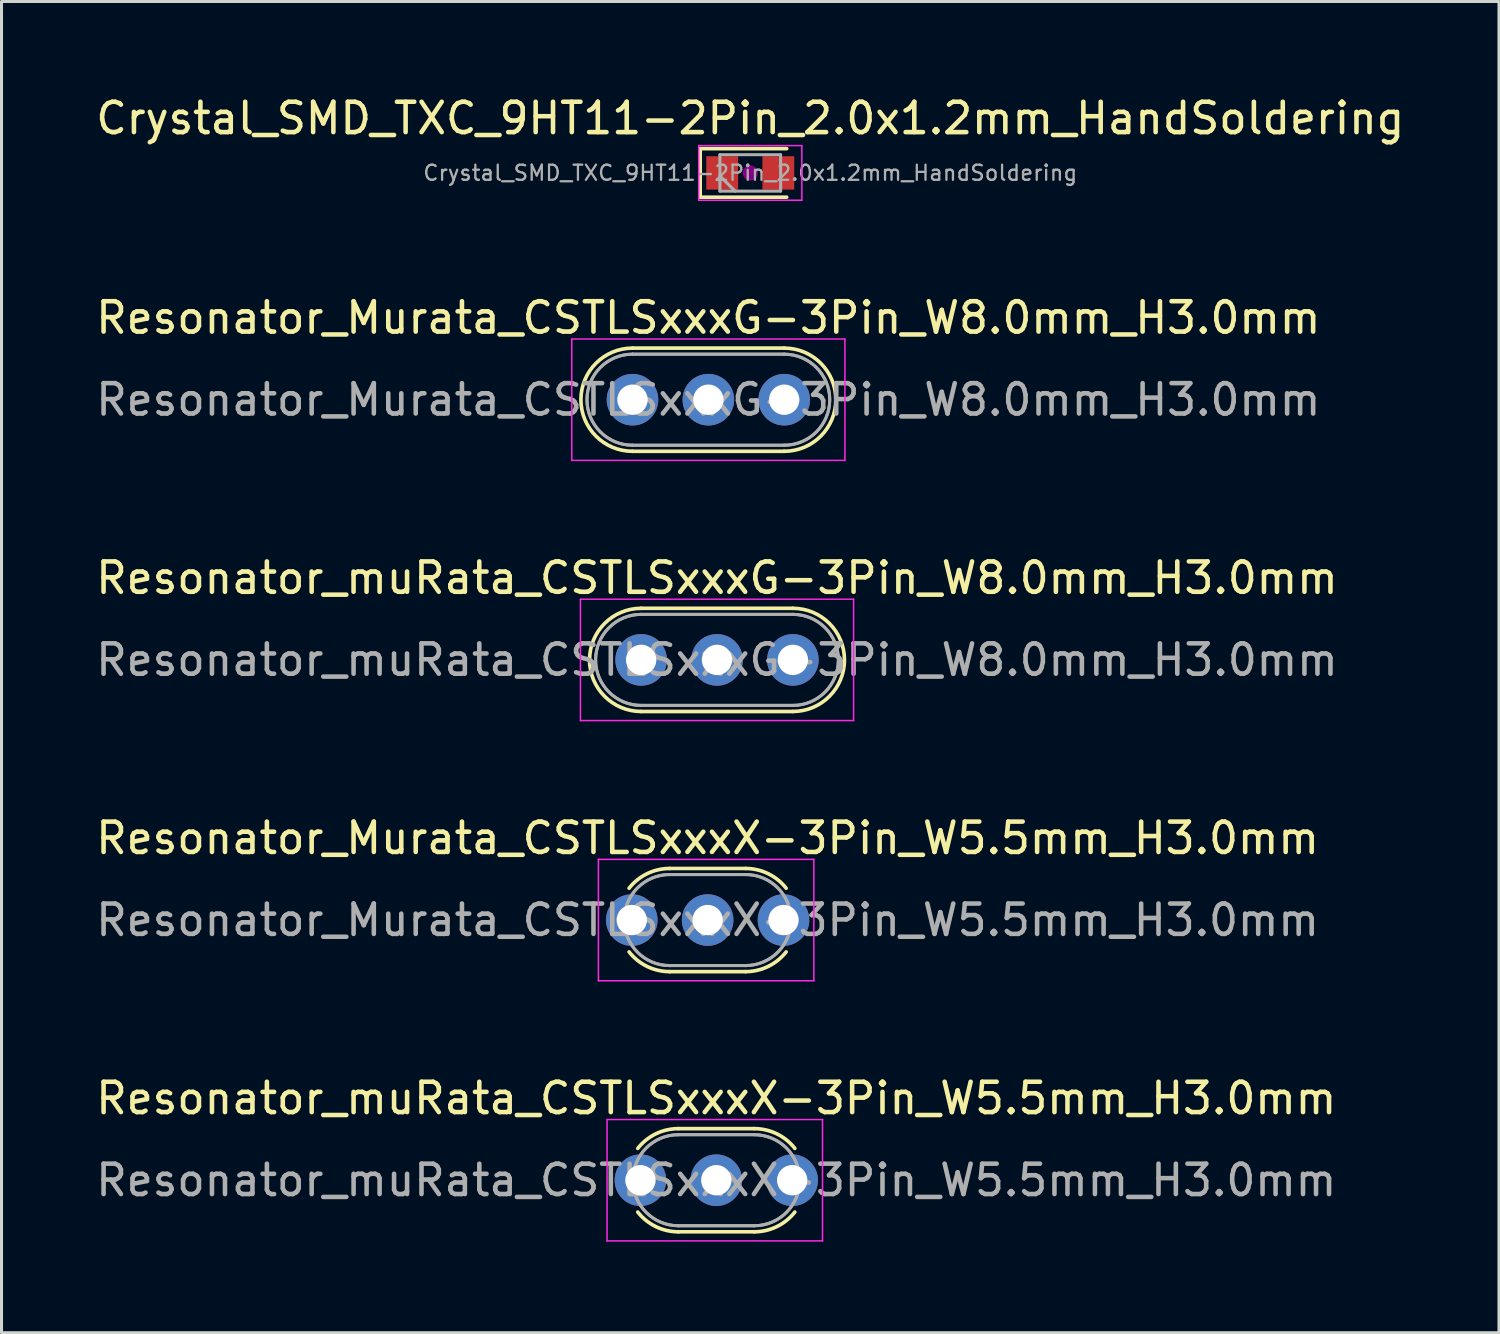
<source format=kicad_pcb>
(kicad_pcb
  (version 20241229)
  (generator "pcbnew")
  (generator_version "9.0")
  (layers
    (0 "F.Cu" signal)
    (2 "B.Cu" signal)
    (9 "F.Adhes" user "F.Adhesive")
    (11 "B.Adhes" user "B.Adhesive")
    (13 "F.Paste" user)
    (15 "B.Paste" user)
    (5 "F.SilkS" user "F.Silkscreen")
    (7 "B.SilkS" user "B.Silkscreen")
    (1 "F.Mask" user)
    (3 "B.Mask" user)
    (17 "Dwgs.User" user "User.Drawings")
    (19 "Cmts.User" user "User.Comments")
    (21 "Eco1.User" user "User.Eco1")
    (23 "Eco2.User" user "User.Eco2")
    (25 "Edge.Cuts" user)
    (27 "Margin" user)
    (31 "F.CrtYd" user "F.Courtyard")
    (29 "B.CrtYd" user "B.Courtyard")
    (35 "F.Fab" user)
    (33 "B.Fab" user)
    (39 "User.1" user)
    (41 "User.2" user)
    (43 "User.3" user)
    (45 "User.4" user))
  (footprint "Resonator_Murata_CSTLSxxxX-3Pin_W5.5mm_H3.0mm"
    (layer "F.Cu")
    (at 17.768 27.268)
    (property "Reference" "Resonator_Murata_CSTLSxxxX-3Pin_W5.5mm_H3.0mm" (at 2.5 -2.7 0) (layer "F.SilkS") (effects (font (size 1 1) (thickness 0.15))))
    (attr through_hole)
    (fp_line (start 1.25 -1.7) (end 3.75 -1.7) (stroke (width 0.12) (type solid)) (layer "F.SilkS"))
    (fp_line (start 1.25 1.7) (end 3.75 1.7) (stroke (width 0.12) (type solid)) (layer "F.SilkS"))
    (fp_arc (start -0.08779 -1.048961) (mid 0.506102 -1.5286) (end 1.25 -1.7) (stroke (width 0.12) (type solid)) (layer "F.SilkS"))
    (fp_arc (start 1.25 1.7) (mid 0.506103 1.5286) (end -0.08779 1.048961) (stroke (width 0.12) (type solid)) (layer "F.SilkS"))
    (fp_arc (start 3.75 -1.7) (mid 4.493897 -1.5286) (end 5.08779 -1.048961) (stroke (width 0.12) (type solid)) (layer "F.SilkS"))
    (fp_arc (start 5.08779 1.048961) (mid 4.493898 1.5286) (end 3.75 1.7) (stroke (width 0.12) (type solid)) (layer "F.SilkS"))
    (fp_line (start -1.1 -2) (end -1.1 2) (stroke (width 0.05) (type solid)) (layer "F.CrtYd"))
    (fp_line (start -1.1 2) (end 6 2) (stroke (width 0.05) (type solid)) (layer "F.CrtYd"))
    (fp_line (start 6 -2) (end -1.1 -2) (stroke (width 0.05) (type solid)) (layer "F.CrtYd"))
    (fp_line (start 6 2) (end 6 -2) (stroke (width 0.05) (type solid)) (layer "F.CrtYd"))
    (fp_line (start 1.25 -1.5) (end 3.75 -1.5) (stroke (width 0.1) (type solid)) (layer "F.Fab"))
    (fp_line (start 1.25 -1.5) (end 3.75 -1.5) (stroke (width 0.1) (type solid)) (layer "F.Fab"))
    (fp_line (start 1.25 1.5) (end 3.75 1.5) (stroke (width 0.1) (type solid)) (layer "F.Fab"))
    (fp_line (start 1.25 1.5) (end 3.75 1.5) (stroke (width 0.1) (type solid)) (layer "F.Fab"))
    (fp_arc (start 1.25 1.5) (mid -0.25 0) (end 1.25 -1.5) (stroke (width 0.1) (type solid)) (layer "F.Fab"))
    (fp_arc (start 1.25 1.5) (mid -0.25 0) (end 1.25 -1.5) (stroke (width 0.1) (type solid)) (layer "F.Fab"))
    (fp_arc (start 3.75 -1.5) (mid 5.25 0) (end 3.75 1.5) (stroke (width 0.1) (type solid)) (layer "F.Fab"))
    (fp_arc (start 3.75 -1.5) (mid 5.25 0) (end 3.75 1.5) (stroke (width 0.1) (type solid)) (layer "F.Fab"))
    (fp_text user "${REFERENCE}" (at 2.5 0 0) (layer "F.Fab") (effects (font (size 1 1) (thickness 0.15))))
    (pad "1" thru_hole circle (at 0 0) (size 1.7 1.7) (drill 1) (layers "*.Cu" "*.Mask"))
    (pad "2" thru_hole circle (at 2.5 0) (size 1.7 1.7) (drill 1) (layers "*.Cu" "*.Mask"))
    (pad "3" thru_hole circle (at 5 0) (size 1.7 1.7) (drill 1) (layers "*.Cu" "*.Mask")))
  (footprint "Resonator_muRata_CSTLSxxxG-3Pin_W8.0mm_H3.0mm"
    (layer "F.Cu")
    (at 18.077 18.695)
    (property "Reference" "Resonator_muRata_CSTLSxxxG-3Pin_W8.0mm_H3.0mm" (at 2.5 -2.7 0) (layer "F.SilkS") (effects (font (size 1 1) (thickness 0.15))))
    (attr through_hole)
    (fp_line (start 0 -1.7) (end 5 -1.7) (stroke (width 0.12) (type solid)) (layer "F.SilkS"))
    (fp_line (start 0 1.7) (end 5 1.7) (stroke (width 0.12) (type solid)) (layer "F.SilkS"))
    (fp_arc (start 0 1.7) (mid -1.7 0) (end 0 -1.7) (stroke (width 0.12) (type solid)) (layer "F.SilkS"))
    (fp_arc (start 5 -1.7) (mid 6.7 0) (end 5 1.7) (stroke (width 0.12) (type solid)) (layer "F.SilkS"))
    (fp_line (start -2 -2) (end -2 2) (stroke (width 0.05) (type solid)) (layer "F.CrtYd"))
    (fp_line (start -2 2) (end 7 2) (stroke (width 0.05) (type solid)) (layer "F.CrtYd"))
    (fp_line (start 7 -2) (end -2 -2) (stroke (width 0.05) (type solid)) (layer "F.CrtYd"))
    (fp_line (start 7 2) (end 7 -2) (stroke (width 0.05) (type solid)) (layer "F.CrtYd"))
    (fp_line (start 0 -1.5) (end 5 -1.5) (stroke (width 0.1) (type solid)) (layer "F.Fab"))
    (fp_line (start 0 -1.5) (end 5 -1.5) (stroke (width 0.1) (type solid)) (layer "F.Fab"))
    (fp_line (start 0 1.5) (end 5 1.5) (stroke (width 0.1) (type solid)) (layer "F.Fab"))
    (fp_line (start 0 1.5) (end 5 1.5) (stroke (width 0.1) (type solid)) (layer "F.Fab"))
    (fp_arc (start 0 1.5) (mid -1.5 0) (end 0 -1.5) (stroke (width 0.1) (type solid)) (layer "F.Fab"))
    (fp_arc (start 0 1.5) (mid -1.5 0) (end 0 -1.5) (stroke (width 0.1) (type solid)) (layer "F.Fab"))
    (fp_arc (start 5 -1.5) (mid 6.5 0) (end 5 1.5) (stroke (width 0.1) (type solid)) (layer "F.Fab"))
    (fp_arc (start 5 -1.5) (mid 6.5 0) (end 5 1.5) (stroke (width 0.1) (type solid)) (layer "F.Fab"))
    (fp_text user "${REFERENCE}" (at 2.5 0 0) (layer "F.Fab") (effects (font (size 1 1) (thickness 0.15))))
    (pad "1" thru_hole circle (at 0 0) (size 1.7 1.7) (drill 1) (layers "*.Cu" "*.Mask"))
    (pad "2" thru_hole circle (at 2.5 0) (size 1.7 1.7) (drill 1) (layers "*.Cu" "*.Mask"))
    (pad "3" thru_hole circle (at 5 0) (size 1.7 1.7) (drill 1) (layers "*.Cu" "*.Mask")))
  (footprint "Resonator_Murata_CSTLSxxxG-3Pin_W8.0mm_H3.0mm"
    (layer "F.Cu")
    (at 17.792 10.121)
    (property "Reference" "Resonator_Murata_CSTLSxxxG-3Pin_W8.0mm_H3.0mm" (at 2.5 -2.7 0) (layer "F.SilkS") (effects (font (size 1 1) (thickness 0.15))))
    (attr through_hole)
    (fp_line (start 0 -1.7) (end 5 -1.7) (stroke (width 0.12) (type solid)) (layer "F.SilkS"))
    (fp_line (start 0 1.7) (end 5 1.7) (stroke (width 0.12) (type solid)) (layer "F.SilkS"))
    (fp_arc (start 0 1.7) (mid -1.7 0) (end 0 -1.7) (stroke (width 0.12) (type solid)) (layer "F.SilkS"))
    (fp_arc (start 5 -1.7) (mid 6.7 0) (end 5 1.7) (stroke (width 0.12) (type solid)) (layer "F.SilkS"))
    (fp_line (start -2 -2) (end -2 2) (stroke (width 0.05) (type solid)) (layer "F.CrtYd"))
    (fp_line (start -2 2) (end 7 2) (stroke (width 0.05) (type solid)) (layer "F.CrtYd"))
    (fp_line (start 7 -2) (end -2 -2) (stroke (width 0.05) (type solid)) (layer "F.CrtYd"))
    (fp_line (start 7 2) (end 7 -2) (stroke (width 0.05) (type solid)) (layer "F.CrtYd"))
    (fp_line (start 0 -1.5) (end 5 -1.5) (stroke (width 0.1) (type solid)) (layer "F.Fab"))
    (fp_line (start 0 -1.5) (end 5 -1.5) (stroke (width 0.1) (type solid)) (layer "F.Fab"))
    (fp_line (start 0 1.5) (end 5 1.5) (stroke (width 0.1) (type solid)) (layer "F.Fab"))
    (fp_line (start 0 1.5) (end 5 1.5) (stroke (width 0.1) (type solid)) (layer "F.Fab"))
    (fp_arc (start 0 1.5) (mid -1.5 0) (end 0 -1.5) (stroke (width 0.1) (type solid)) (layer "F.Fab"))
    (fp_arc (start 0 1.5) (mid -1.5 0) (end 0 -1.5) (stroke (width 0.1) (type solid)) (layer "F.Fab"))
    (fp_arc (start 5 -1.5) (mid 6.5 0) (end 5 1.5) (stroke (width 0.1) (type solid)) (layer "F.Fab"))
    (fp_arc (start 5 -1.5) (mid 6.5 0) (end 5 1.5) (stroke (width 0.1) (type solid)) (layer "F.Fab"))
    (fp_text user "${REFERENCE}" (at 2.5 0 0) (layer "F.Fab") (effects (font (size 1 1) (thickness 0.15))))
    (pad "1" thru_hole circle (at 0 0) (size 1.7 1.7) (drill 1) (layers "*.Cu" "*.Mask"))
    (pad "2" thru_hole circle (at 2.5 0) (size 1.7 1.7) (drill 1) (layers "*.Cu" "*.Mask"))
    (pad "3" thru_hole circle (at 5 0) (size 1.7 1.7) (drill 1) (layers "*.Cu" "*.Mask")))
  (footprint "Resonator_muRata_CSTLSxxxX-3Pin_W5.5mm_H3.0mm"
    (layer "F.Cu")
    (at 18.054 35.841)
    (property "Reference" "Resonator_muRata_CSTLSxxxX-3Pin_W5.5mm_H3.0mm" (at 2.5 -2.7 0) (layer "F.SilkS") (effects (font (size 1 1) (thickness 0.15))))
    (attr through_hole)
    (fp_line (start 1.25 -1.7) (end 3.75 -1.7) (stroke (width 0.12) (type solid)) (layer "F.SilkS"))
    (fp_line (start 1.25 1.7) (end 3.75 1.7) (stroke (width 0.12) (type solid)) (layer "F.SilkS"))
    (fp_arc (start -0.08779 -1.048961) (mid 0.506102 -1.5286) (end 1.25 -1.7) (stroke (width 0.12) (type solid)) (layer "F.SilkS"))
    (fp_arc (start 1.25 1.7) (mid 0.506103 1.5286) (end -0.08779 1.048961) (stroke (width 0.12) (type solid)) (layer "F.SilkS"))
    (fp_arc (start 3.75 -1.7) (mid 4.493897 -1.5286) (end 5.08779 -1.048961) (stroke (width 0.12) (type solid)) (layer "F.SilkS"))
    (fp_arc (start 5.08779 1.048961) (mid 4.493898 1.5286) (end 3.75 1.7) (stroke (width 0.12) (type solid)) (layer "F.SilkS"))
    (fp_line (start -1.1 -2) (end -1.1 2) (stroke (width 0.05) (type solid)) (layer "F.CrtYd"))
    (fp_line (start -1.1 2) (end 6 2) (stroke (width 0.05) (type solid)) (layer "F.CrtYd"))
    (fp_line (start 6 -2) (end -1.1 -2) (stroke (width 0.05) (type solid)) (layer "F.CrtYd"))
    (fp_line (start 6 2) (end 6 -2) (stroke (width 0.05) (type solid)) (layer "F.CrtYd"))
    (fp_line (start 1.25 -1.5) (end 3.75 -1.5) (stroke (width 0.1) (type solid)) (layer "F.Fab"))
    (fp_line (start 1.25 -1.5) (end 3.75 -1.5) (stroke (width 0.1) (type solid)) (layer "F.Fab"))
    (fp_line (start 1.25 1.5) (end 3.75 1.5) (stroke (width 0.1) (type solid)) (layer "F.Fab"))
    (fp_line (start 1.25 1.5) (end 3.75 1.5) (stroke (width 0.1) (type solid)) (layer "F.Fab"))
    (fp_arc (start 1.25 1.5) (mid -0.25 0) (end 1.25 -1.5) (stroke (width 0.1) (type solid)) (layer "F.Fab"))
    (fp_arc (start 1.25 1.5) (mid -0.25 0) (end 1.25 -1.5) (stroke (width 0.1) (type solid)) (layer "F.Fab"))
    (fp_arc (start 3.75 -1.5) (mid 5.25 0) (end 3.75 1.5) (stroke (width 0.1) (type solid)) (layer "F.Fab"))
    (fp_arc (start 3.75 -1.5) (mid 5.25 0) (end 3.75 1.5) (stroke (width 0.1) (type solid)) (layer "F.Fab"))
    (fp_text user "${REFERENCE}" (at 2.5 0 0) (layer "F.Fab") (effects (font (size 1 1) (thickness 0.15))))
    (pad "1" thru_hole circle (at 0 0) (size 1.7 1.7) (drill 1) (layers "*.Cu" "*.Mask"))
    (pad "2" thru_hole circle (at 2.5 0) (size 1.7 1.7) (drill 1) (layers "*.Cu" "*.Mask"))
    (pad "3" thru_hole circle (at 5 0) (size 1.7 1.7) (drill 1) (layers "*.Cu" "*.Mask")))
  (footprint "Crystal_SMD_TXC_9HT11-2Pin_2.0x1.2mm_HandSoldering"
    (layer "F.Cu")
    (at 21.673 2.648)
    (property "Reference" "Crystal_SMD_TXC_9HT11-2Pin_2.0x1.2mm_HandSoldering" (at 0 -1.8 0) (layer "F.SilkS") (effects (font (size 1 1) (thickness 0.15))))
    (attr smd)
    (fp_line (start -1.65 -0.8) (end -1.65 0.8) (stroke (width 0.12) (type solid)) (layer "F.SilkS"))
    (fp_line (start -1.65 0.8) (end 1.2 0.8) (stroke (width 0.12) (type solid)) (layer "F.SilkS"))
    (fp_line (start 1.2 -0.8) (end -1.65 -0.8) (stroke (width 0.12) (type solid)) (layer "F.SilkS"))
    (fp_circle (center 0 0) (end 0.047 0) (stroke (width 0.093) (type solid)) (fill no) (layer "F.Adhes"))
    (fp_circle (center 0 0) (end 0.107 0) (stroke (width 0.067) (type solid)) (fill no) (layer "F.Adhes"))
    (fp_circle (center 0 0) (end 0.167 0) (stroke (width 0.067) (type solid)) (fill no) (layer "F.Adhes"))
    (fp_circle (center 0 0) (end 0.2 0) (stroke (width 0.1) (type solid)) (fill no) (layer "F.Adhes"))
    (fp_line (start -1.7 -0.9) (end -1.7 0.9) (stroke (width 0.05) (type solid)) (layer "F.CrtYd"))
    (fp_line (start -1.7 0.9) (end 1.7 0.9) (stroke (width 0.05) (type solid)) (layer "F.CrtYd"))
    (fp_line (start 1.7 -0.9) (end -1.7 -0.9) (stroke (width 0.05) (type solid)) (layer "F.CrtYd"))
    (fp_line (start 1.7 0.9) (end 1.7 -0.9) (stroke (width 0.05) (type solid)) (layer "F.CrtYd"))
    (fp_line (start -1 -0.6) (end -1 0.6) (stroke (width 0.1) (type solid)) (layer "F.Fab"))
    (fp_line (start -1 0.1) (end -0.5 0.6) (stroke (width 0.1) (type solid)) (layer "F.Fab"))
    (fp_line (start -1 0.6) (end 1 0.6) (stroke (width 0.1) (type solid)) (layer "F.Fab"))
    (fp_line (start 1 -0.6) (end -1 -0.6) (stroke (width 0.1) (type solid)) (layer "F.Fab"))
    (fp_line (start 1 0.6) (end 1 -0.6) (stroke (width 0.1) (type solid)) (layer "F.Fab"))
    (fp_text user "${REFERENCE}" (at 0 0 0) (layer "F.Fab") (effects (font (size 0.5 0.5) (thickness 0.075))))
    (pad "1" smd rect (at -0.925 0) (size 1.05 1.1) (layers "F.Cu" "F.Mask" "F.Paste"))
    (pad "2" smd rect (at 0.925 0) (size 1.05 1.1) (layers "F.Cu" "F.Mask" "F.Paste")))
  (gr_rect
    (start -3 -3)
    (end 46.345 40.866)
    (stroke (width 0.1) (type default))
    (fill no)
    (layer "Edge.Cuts")))
</source>
